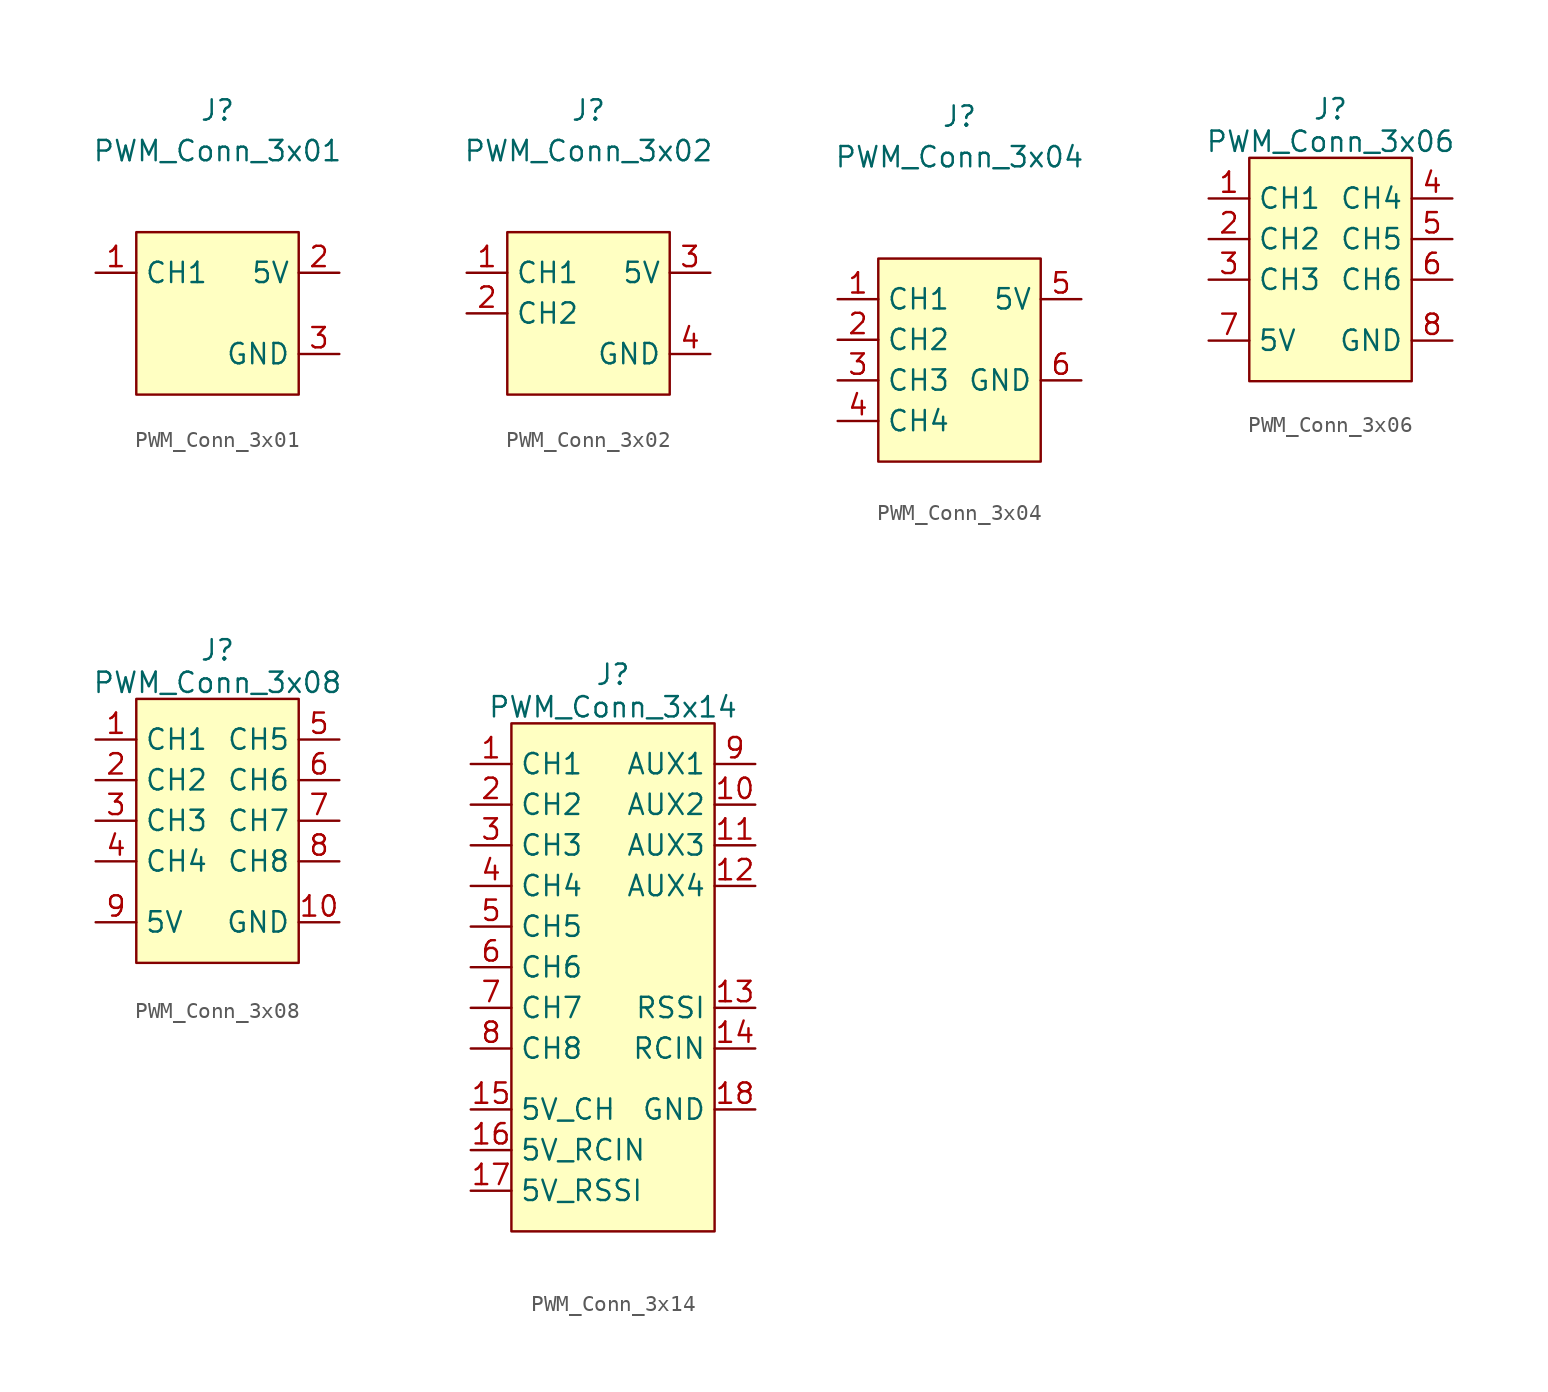
<source format=kicad_sym>
(kicad_symbol_lib
  (version 20231120)
  (generator "kicad_symbol_editor")
  (generator_version "8.0")
  (symbol "PWM_Conn_3x01"
    (property "Reference" "J"
      (at 0 12.7 0)
      (effects (font (size 1.27 1.27))))
    (property "Value" "PWM_Conn_3x01"
      (at 0 10.16 0)
      (effects (font (size 1.27 1.27))))
    (symbol "PWM_Conn_3x01_0_1"
      (rectangle (start -5.08 5.08) (end 5.08 -5.08) (stroke (width 0) (type default)) (fill (type background))))
    (symbol "PWM_Conn_3x01_1_1"
      (pin input line (at -7.62 2.54 0) (length 2.54) (name "CH1" (effects (font (size 1.27 1.27)))) (number "1" (effects (font (size 1.27 1.27)))))
      (pin passive line (at 7.62 2.54 180) (length 2.54) (name "5V" (effects (font (size 1.27 1.27)))) (number "2" (effects (font (size 1.27 1.27)))))
      (pin passive line (at 7.62 -2.54 180) (length 2.54) (name "GND" (effects (font (size 1.27 1.27)))) (number "3" (effects (font (size 1.27 1.27)))))))
  (symbol "PWM_Conn_3x02"
    (property "Reference" "J"
      (at 0 12.7 0)
      (effects (font (size 1.27 1.27))))
    (property "Value" "PWM_Conn_3x02"
      (at 0 10.16 0)
      (effects (font (size 1.27 1.27))))
    (symbol "PWM_Conn_3x02_0_1"
      (rectangle (start -5.08 5.08) (end 5.08 -5.08) (stroke (width 0) (type default)) (fill (type background))))
    (symbol "PWM_Conn_3x02_1_1"
      (pin input line (at -7.62 2.54 0) (length 2.54) (name "CH1" (effects (font (size 1.27 1.27)))) (number "1" (effects (font (size 1.27 1.27)))))
      (pin input line (at -7.62 0 0) (length 2.54) (name "CH2" (effects (font (size 1.27 1.27)))) (number "2" (effects (font (size 1.27 1.27)))))
      (pin passive line (at 7.62 2.54 180) (length 2.54) (name "5V" (effects (font (size 1.27 1.27)))) (number "3" (effects (font (size 1.27 1.27)))))
      (pin passive line (at 7.62 -2.54 180) (length 2.54) (name "GND" (effects (font (size 1.27 1.27)))) (number "4" (effects (font (size 1.27 1.27)))))))
  (symbol "PWM_Conn_3x04"
    (property "Reference" "J"
      (at 0 15.24 0)
      (effects (font (size 1.27 1.27))))
    (property "Value" "PWM_Conn_3x04"
      (at 0 12.7 0)
      (effects (font (size 1.27 1.27))))
    (symbol "PWM_Conn_3x04_0_1"
      (rectangle (start -5.08 6.35) (end 5.08 -6.35) (stroke (width 0) (type default)) (fill (type background))))
    (symbol "PWM_Conn_3x04_1_1"
      (pin input line (at -7.62 3.81 0) (length 2.54) (name "CH1" (effects (font (size 1.27 1.27)))) (number "1" (effects (font (size 1.27 1.27)))))
      (pin input line (at -7.62 1.27 0) (length 2.54) (name "CH2" (effects (font (size 1.27 1.27)))) (number "2" (effects (font (size 1.27 1.27)))))
      (pin input line (at -7.62 -1.27 0) (length 2.54) (name "CH3" (effects (font (size 1.27 1.27)))) (number "3" (effects (font (size 1.27 1.27)))))
      (pin input line (at -7.62 -3.81 0) (length 2.54) (name "CH4" (effects (font (size 1.27 1.27)))) (number "4" (effects (font (size 1.27 1.27)))))
      (pin passive line (at 7.62 3.81 180) (length 2.54) (name "5V" (effects (font (size 1.27 1.27)))) (number "5" (effects (font (size 1.27 1.27)))))
      (pin passive line (at 7.62 -1.27 180) (length 2.54) (name "GND" (effects (font (size 1.27 1.27)))) (number "6" (effects (font (size 1.27 1.27)))))))
  (symbol "PWM_Conn_3x06"
    (property "Reference" "J"
      (at 0 9.398 0)
      (effects (font (size 1.27 1.27))))
    (property "Value" "PWM_Conn_3x06"
      (at 0 7.366 0)
      (effects (font (size 1.27 1.27))))
    (symbol "PWM_Conn_3x06_0_1"
      (rectangle (start -5.08 6.35) (end 5.08 -7.62) (stroke (width 0) (type default)) (fill (type background))))
    (symbol "PWM_Conn_3x06_1_1"
      (pin input line (at -7.62 3.81 0) (length 2.54) (name "CH1" (effects (font (size 1.27 1.27)))) (number "1" (effects (font (size 1.27 1.27)))))
      (pin input line (at -7.62 1.27 0) (length 2.54) (name "CH2" (effects (font (size 1.27 1.27)))) (number "2" (effects (font (size 1.27 1.27)))))
      (pin input line (at -7.62 -1.27 0) (length 2.54) (name "CH3" (effects (font (size 1.27 1.27)))) (number "3" (effects (font (size 1.27 1.27)))))
      (pin input line (at 7.62 3.81 180) (length 2.54) (name "CH4" (effects (font (size 1.27 1.27)))) (number "4" (effects (font (size 1.27 1.27)))))
      (pin input line (at 7.62 1.27 180) (length 2.54) (name "CH5" (effects (font (size 1.27 1.27)))) (number "5" (effects (font (size 1.27 1.27)))))
      (pin input line (at 7.62 -1.27 180) (length 2.54) (name "CH6" (effects (font (size 1.27 1.27)))) (number "6" (effects (font (size 1.27 1.27)))))
      (pin passive line (at -7.62 -5.08 0) (length 2.54) (name "5V" (effects (font (size 1.27 1.27)))) (number "7" (effects (font (size 1.27 1.27)))))
      (pin passive line (at 7.62 -5.08 180) (length 2.54) (name "GND" (effects (font (size 1.27 1.27)))) (number "8" (effects (font (size 1.27 1.27)))))))
  (symbol "PWM_Conn_3x08"
    (property "Reference" "J"
      (at 0 9.398 0)
      (effects (font (size 1.27 1.27))))
    (property "Value" "PWM_Conn_3x08"
      (at 0 7.366 0)
      (effects (font (size 1.27 1.27))))
    (symbol "PWM_Conn_3x08_0_1"
      (rectangle (start -5.08 6.35) (end 5.08 -10.16) (stroke (width 0) (type default)) (fill (type background))))
    (symbol "PWM_Conn_3x08_1_1"
      (pin input line (at -7.62 3.81 0) (length 2.54) (name "CH1" (effects (font (size 1.27 1.27)))) (number "1" (effects (font (size 1.27 1.27)))))
      (pin passive line (at 7.62 -7.62 180) (length 2.54) (name "GND" (effects (font (size 1.27 1.27)))) (number "10" (effects (font (size 1.27 1.27)))))
      (pin input line (at -7.62 1.27 0) (length 2.54) (name "CH2" (effects (font (size 1.27 1.27)))) (number "2" (effects (font (size 1.27 1.27)))))
      (pin input line (at -7.62 -1.27 0) (length 2.54) (name "CH3" (effects (font (size 1.27 1.27)))) (number "3" (effects (font (size 1.27 1.27)))))
      (pin input line (at -7.62 -3.81 0) (length 2.54) (name "CH4" (effects (font (size 1.27 1.27)))) (number "4" (effects (font (size 1.27 1.27)))))
      (pin input line (at 7.62 3.81 180) (length 2.54) (name "CH5" (effects (font (size 1.27 1.27)))) (number "5" (effects (font (size 1.27 1.27)))))
      (pin input line (at 7.62 1.27 180) (length 2.54) (name "CH6" (effects (font (size 1.27 1.27)))) (number "6" (effects (font (size 1.27 1.27)))))
      (pin input line (at 7.62 -1.27 180) (length 2.54) (name "CH7" (effects (font (size 1.27 1.27)))) (number "7" (effects (font (size 1.27 1.27)))))
      (pin input line (at 7.62 -3.81 180) (length 2.54) (name "CH8" (effects (font (size 1.27 1.27)))) (number "8" (effects (font (size 1.27 1.27)))))
      (pin passive line (at -7.62 -7.62 0) (length 2.54) (name "5V" (effects (font (size 1.27 1.27)))) (number "9" (effects (font (size 1.27 1.27)))))))
  (symbol "PWM_Conn_3x14"
    (property "Reference" "J"
      (at 0 9.398 0)
      (effects (font (size 1.27 1.27))))
    (property "Value" "PWM_Conn_3x14"
      (at 0 7.366 0)
      (effects (font (size 1.27 1.27))))
    (symbol "PWM_Conn_3x14_0_1"
      (rectangle (start -6.35 6.35) (end 6.35 -25.4) (stroke (width 0) (type default)) (fill (type background))))
    (symbol "PWM_Conn_3x14_1_1"
      (pin bidirectional line (at -8.89 3.81 0) (length 2.54) (name "CH1" (effects (font (size 1.27 1.27)))) (number "1" (effects (font (size 1.27 1.27)))))
      (pin bidirectional line (at 8.89 1.27 180) (length 2.54) (name "AUX2" (effects (font (size 1.27 1.27)))) (number "10" (effects (font (size 1.27 1.27)))))
      (pin bidirectional line (at 8.89 -1.27 180) (length 2.54) (name "AUX3" (effects (font (size 1.27 1.27)))) (number "11" (effects (font (size 1.27 1.27)))))
      (pin bidirectional line (at 8.89 -3.81 180) (length 2.54) (name "AUX4" (effects (font (size 1.27 1.27)))) (number "12" (effects (font (size 1.27 1.27)))))
      (pin bidirectional line (at 8.89 -11.43 180) (length 2.54) (name "RSSI" (effects (font (size 1.27 1.27)))) (number "13" (effects (font (size 1.27 1.27)))))
      (pin bidirectional line (at 8.89 -13.97 180) (length 2.54) (name "RCIN" (effects (font (size 1.27 1.27)))) (number "14" (effects (font (size 1.27 1.27)))))
      (pin passive line (at -8.89 -17.78 0) (length 2.54) (name "5V_CH" (effects (font (size 1.27 1.27)))) (number "15" (effects (font (size 1.27 1.27)))))
      (pin passive line (at -8.89 -20.32 0) (length 2.54) (name "5V_RCIN" (effects (font (size 1.27 1.27)))) (number "16" (effects (font (size 1.27 1.27)))))
      (pin passive line (at -8.89 -22.86 0) (length 2.54) (name "5V_RSSI" (effects (font (size 1.27 1.27)))) (number "17" (effects (font (size 1.27 1.27)))))
      (pin passive line (at 8.89 -17.78 180) (length 2.54) (name "GND" (effects (font (size 1.27 1.27)))) (number "18" (effects (font (size 1.27 1.27)))))
      (pin bidirectional line (at -8.89 1.27 0) (length 2.54) (name "CH2" (effects (font (size 1.27 1.27)))) (number "2" (effects (font (size 1.27 1.27)))))
      (pin bidirectional line (at -8.89 -1.27 0) (length 2.54) (name "CH3" (effects (font (size 1.27 1.27)))) (number "3" (effects (font (size 1.27 1.27)))))
      (pin bidirectional line (at -8.89 -3.81 0) (length 2.54) (name "CH4" (effects (font (size 1.27 1.27)))) (number "4" (effects (font (size 1.27 1.27)))))
      (pin bidirectional line (at -8.89 -6.35 0) (length 2.54) (name "CH5" (effects (font (size 1.27 1.27)))) (number "5" (effects (font (size 1.27 1.27)))))
      (pin bidirectional line (at -8.89 -8.89 0) (length 2.54) (name "CH6" (effects (font (size 1.27 1.27)))) (number "6" (effects (font (size 1.27 1.27)))))
      (pin bidirectional line (at -8.89 -11.43 0) (length 2.54) (name "CH7" (effects (font (size 1.27 1.27)))) (number "7" (effects (font (size 1.27 1.27)))))
      (pin bidirectional line (at -8.89 -13.97 0) (length 2.54) (name "CH8" (effects (font (size 1.27 1.27)))) (number "8" (effects (font (size 1.27 1.27)))))
      (pin bidirectional line (at 8.89 3.81 180) (length 2.54) (name "AUX1" (effects (font (size 1.27 1.27)))) (number "9" (effects (font (size 1.27 1.27))))))))
</source>
